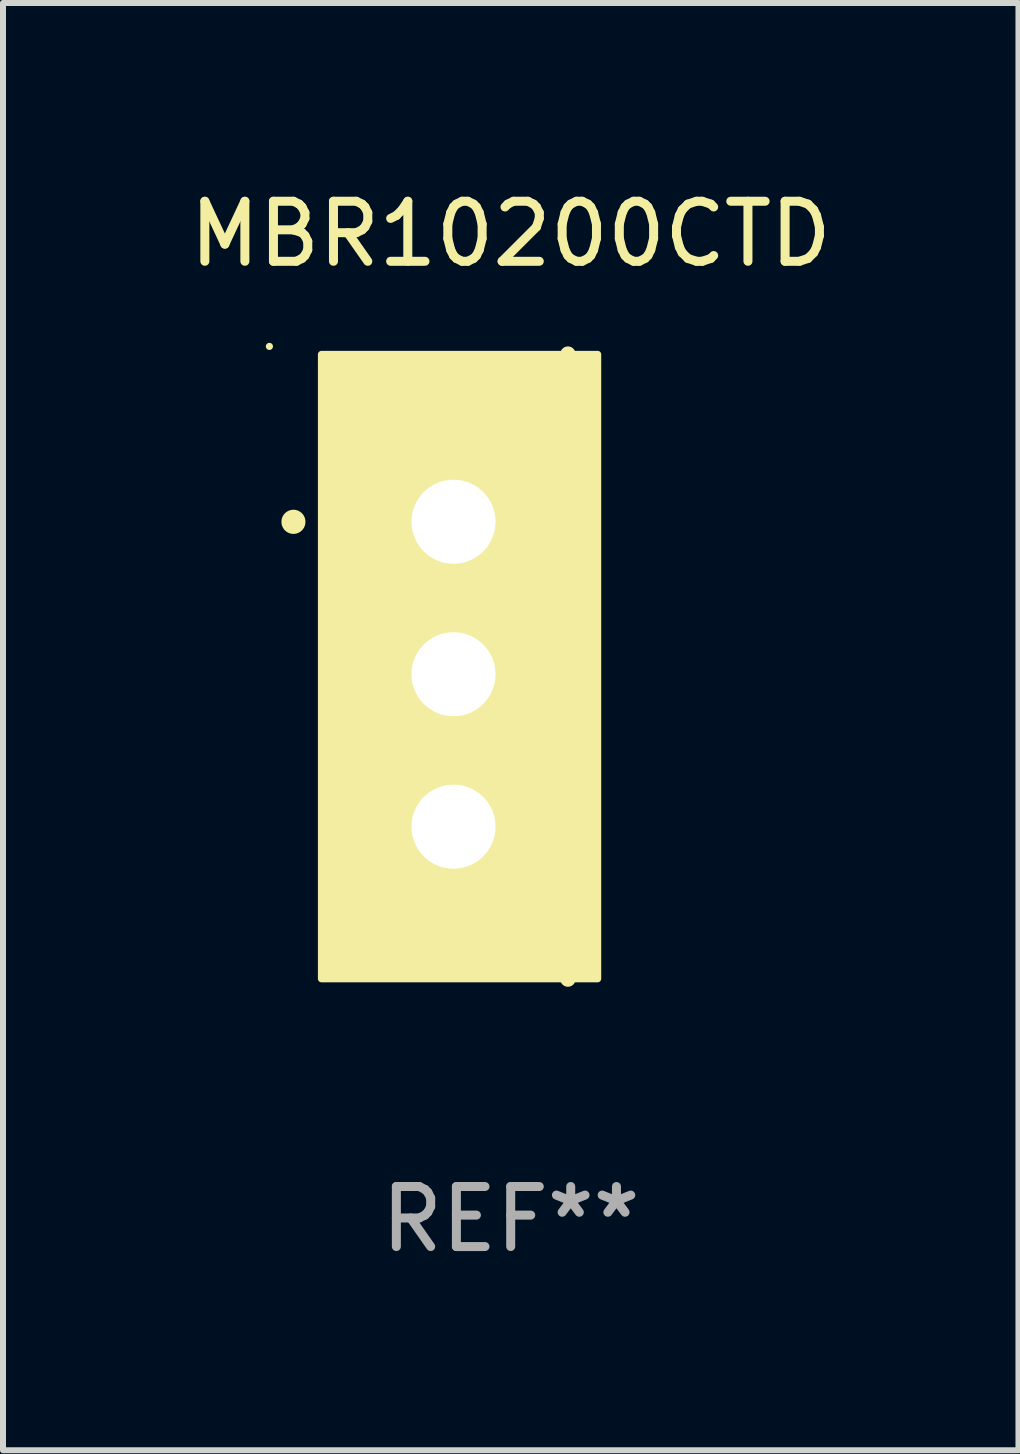
<source format=kicad_pcb>
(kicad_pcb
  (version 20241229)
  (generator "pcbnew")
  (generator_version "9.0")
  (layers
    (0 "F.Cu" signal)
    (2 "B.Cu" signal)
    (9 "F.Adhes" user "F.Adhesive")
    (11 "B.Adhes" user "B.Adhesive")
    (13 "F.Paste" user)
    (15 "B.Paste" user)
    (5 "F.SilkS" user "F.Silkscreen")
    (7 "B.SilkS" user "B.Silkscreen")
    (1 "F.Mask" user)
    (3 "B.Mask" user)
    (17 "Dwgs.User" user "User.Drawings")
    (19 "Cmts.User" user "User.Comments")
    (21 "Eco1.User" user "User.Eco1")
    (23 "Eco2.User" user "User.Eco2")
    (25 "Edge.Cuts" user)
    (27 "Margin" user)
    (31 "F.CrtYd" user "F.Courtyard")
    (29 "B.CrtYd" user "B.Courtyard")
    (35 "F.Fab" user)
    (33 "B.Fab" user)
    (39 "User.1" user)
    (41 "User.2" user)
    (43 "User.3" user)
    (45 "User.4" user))
  (footprint "MBR10200CTD"
    (layer "F.Cu")
    (at 5.458 8.055)
    (property "Reference" "MBR10200CTD" (at 0 -7.207 0) (layer "F.SilkS") (effects (font (size 1 1) (thickness 0.15))))
    (attr through_hole)
    (fp_line (start 0.953 5.207) (end 0.953 -5.207) (stroke (width 0.254) (type solid)) (layer "F.SilkS"))
    (fp_arc (start -3.619507 -2.410465) (mid -3.619511 -2.411735) (end -3.619507 -2.413005) (stroke (width 0.4) (type solid)) (layer "F.SilkS"))
    (fp_circle (center -4.02 -5.334) (end -3.99 -5.334) (stroke (width 0.06) (type solid)) (fill no) (layer "F.SilkS"))
    (fp_poly (pts (xy -3.152 -5.2) (xy 1.448 -5.2) (xy 1.448 5.2) (xy -3.152 5.2)) (stroke (width 0.12) (type solid)) (fill yes) (layer "F.SilkS"))
    (fp_text user "REF**" (at 0 9.207 0) (layer "F.Fab") (effects (font (size 1 1) (thickness 0.15))))
    (pad "1" thru_hole rect (at -0.953 -2.413 270) (size 2 2.5) (drill 1.4) (layers "*.Cu" "*.Mask"))
    (pad "2" thru_hole oval (at -0.953 0.127 270) (size 2 2.5) (drill 1.4) (layers "*.Cu" "*.Mask"))
    (pad "3" thru_hole oval (at -0.953 2.667 270) (size 2 2.5) (drill 1.4) (layers "*.Cu" "*.Mask")))
  (gr_rect
    (start -3 -3)
    (end 13.917 21.111)
    (stroke (width 0.1) (type default))
    (fill no)
    (layer "Edge.Cuts")))
</source>
